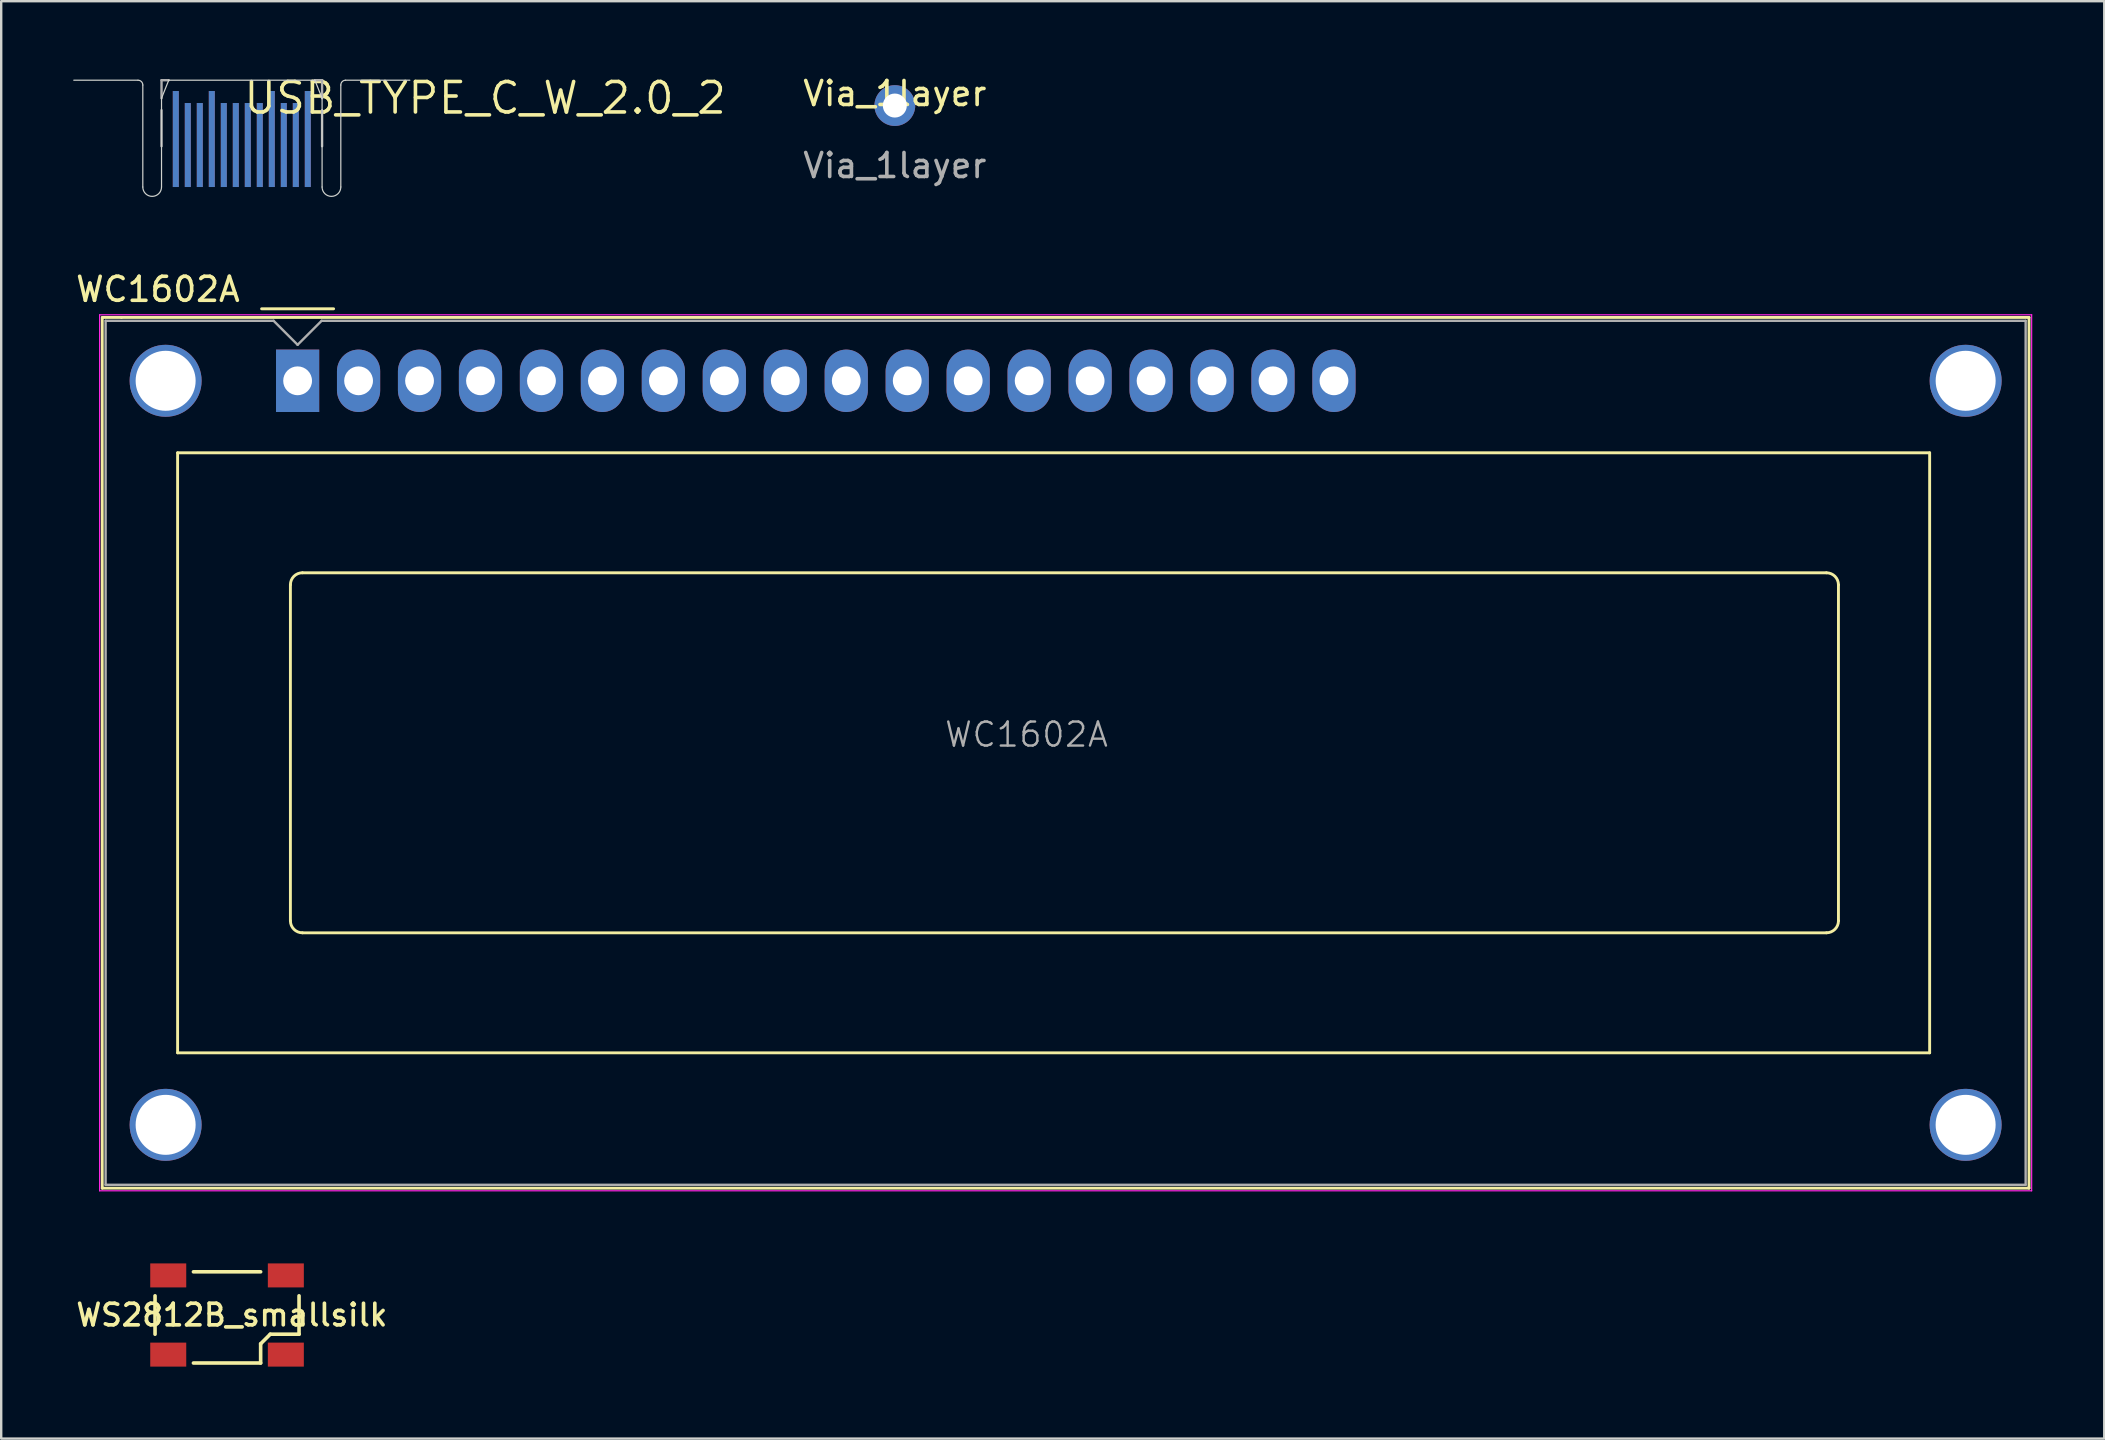
<source format=kicad_pcb>
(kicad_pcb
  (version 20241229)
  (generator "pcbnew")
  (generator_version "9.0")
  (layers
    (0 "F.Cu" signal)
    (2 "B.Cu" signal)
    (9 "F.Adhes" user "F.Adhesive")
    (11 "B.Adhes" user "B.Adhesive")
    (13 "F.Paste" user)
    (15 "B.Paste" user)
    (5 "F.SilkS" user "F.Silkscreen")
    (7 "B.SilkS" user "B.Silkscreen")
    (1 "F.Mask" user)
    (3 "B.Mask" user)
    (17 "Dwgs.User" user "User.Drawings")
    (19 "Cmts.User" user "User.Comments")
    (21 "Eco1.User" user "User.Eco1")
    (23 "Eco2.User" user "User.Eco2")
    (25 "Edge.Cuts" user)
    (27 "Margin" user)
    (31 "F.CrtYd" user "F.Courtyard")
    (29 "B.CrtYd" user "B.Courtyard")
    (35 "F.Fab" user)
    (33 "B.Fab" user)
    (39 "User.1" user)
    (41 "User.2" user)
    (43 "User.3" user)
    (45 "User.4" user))
  (footprint "Via_1layer"
    (layer "F.Cu")
    (at 34.234 1.348)
    (property "Reference" "Via_1layer" (at 0 -0.5 0) (unlocked yes) (layer "F.SilkS") (effects (font (size 1 1) (thickness 0.15))))
    (fp_text user "${REFERENCE}" (at 0 2.5 0) (unlocked yes) (layer "F.Fab") (effects (font (size 1 1) (thickness 0.15))))
    (pad "1" thru_hole circle (at 0 0) (size 1.7 1.7) (drill 1) (layers "*.Cu" "*.Mask")))
  (footprint "WC1602A"
    (layer "F.Cu")
    (at 9.35 12.816)
    (property "Reference" "WC1602A" (at -5.82 -3.81 0) (layer "F.SilkS") (effects (font (size 1 1) (thickness 0.15))))
    (attr through_hole)
    (fp_line (start -8.14 -2.64) (end -8.14 33.64) (stroke (width 0.12) (type solid)) (layer "F.SilkS"))
    (fp_line (start -8.14 33.64) (end 72.14 33.64) (stroke (width 0.12) (type solid)) (layer "F.SilkS"))
    (fp_line (start -8.13 -2.64) (end -7.34 -2.64) (stroke (width 0.12) (type solid)) (layer "F.SilkS"))
    (fp_line (start -5 3) (end 68 3) (stroke (width 0.12) (type solid)) (layer "F.SilkS"))
    (fp_line (start -5 28) (end -5 3) (stroke (width 0.12) (type solid)) (layer "F.SilkS"))
    (fp_line (start -1.5 -3) (end 1.5 -3) (stroke (width 0.12) (type solid)) (layer "F.SilkS"))
    (fp_line (start -0.3 22.499) (end -0.3 8.5) (stroke (width 0.12) (type solid)) (layer "F.SilkS"))
    (fp_line (start 0.2 8) (end 63.7 8) (stroke (width 0.12) (type solid)) (layer "F.SilkS"))
    (fp_line (start 63.701 23) (end 0.2 23) (stroke (width 0.12) (type solid)) (layer "F.SilkS"))
    (fp_line (start 64.2 8.5) (end 64.2 22.5) (stroke (width 0.12) (type solid)) (layer "F.SilkS"))
    (fp_line (start 68 3) (end 68 28) (stroke (width 0.12) (type solid)) (layer "F.SilkS"))
    (fp_line (start 68 28) (end -5 28) (stroke (width 0.12) (type solid)) (layer "F.SilkS"))
    (fp_line (start 72.14 -2.64) (end -7.34 -2.64) (stroke (width 0.12) (type solid)) (layer "F.SilkS"))
    (fp_line (start 72.14 33.64) (end 72.14 -2.64) (stroke (width 0.12) (type solid)) (layer "F.SilkS"))
    (fp_arc (start -0.29972 8.49884) (mid -0.153162 8.145018) (end 0.20066 7.99846) (stroke (width 0.12) (type solid)) (layer "F.SilkS"))
    (fp_arc (start 0.20066 22.9997) (mid -0.153162 22.853142) (end -0.29972 22.49932) (stroke (width 0.12) (type solid)) (layer "F.SilkS"))
    (fp_arc (start 63.7 8) (mid 64.053553 8.146447) (end 64.2 8.5) (stroke (width 0.12) (type solid)) (layer "F.SilkS"))
    (fp_arc (start 64.20104 22.49932) (mid 64.054482 22.853142) (end 63.70066 22.9997) (stroke (width 0.12) (type solid)) (layer "F.SilkS"))
    (fp_line (start -8.25 -2.75) (end -8.25 33.75) (stroke (width 0.05) (type solid)) (layer "F.CrtYd"))
    (fp_line (start -8.25 -2.75) (end 72.25 -2.75) (stroke (width 0.05) (type solid)) (layer "F.CrtYd"))
    (fp_line (start -8.25 33.75) (end 72.25 33.75) (stroke (width 0.05) (type solid)) (layer "F.CrtYd"))
    (fp_line (start 72.25 -2.75) (end 72.25 33.75) (stroke (width 0.05) (type solid)) (layer "F.CrtYd"))
    (fp_line (start -8 33.5) (end -8 -2.5) (stroke (width 0.1) (type solid)) (layer "F.Fab"))
    (fp_line (start -1 -2.5) (end -8 -2.5) (stroke (width 0.1) (type solid)) (layer "F.Fab"))
    (fp_line (start 0 -1.5) (end -1 -2.5) (stroke (width 0.1) (type solid)) (layer "F.Fab"))
    (fp_line (start 1 -2.5) (end 0 -1.5) (stroke (width 0.1) (type solid)) (layer "F.Fab"))
    (fp_line (start 1 -2.5) (end 72 -2.5) (stroke (width 0.1) (type solid)) (layer "F.Fab"))
    (fp_line (start 72 -2.5) (end 72 33.5) (stroke (width 0.1) (type solid)) (layer "F.Fab"))
    (fp_line (start 72 33.5) (end -8 33.5) (stroke (width 0.1) (type solid)) (layer "F.Fab"))
    (fp_text user "${REFERENCE}" (at 30.37 14.74 0) (layer "F.Fab") (effects (font (size 1 1) (thickness 0.1))))
    (pad "" thru_hole circle (at -5.499 0) (size 3 3) (drill 2.5) (layers "*.Cu" "*.Mask"))
    (pad "" thru_hole circle (at -5.499 31.001) (size 3 3) (drill 2.5) (layers "*.Cu" "*.Mask"))
    (pad "" thru_hole circle (at 69.499 31.001) (size 3 3) (drill 2.5) (layers "*.Cu" "*.Mask"))
    (pad "" thru_hole circle (at 69.5 0) (size 3 3) (drill 2.5) (layers "*.Cu" "*.Mask"))
    (pad "1" thru_hole rect (at 0 0) (size 1.8 2.6) (drill 1.2) (layers "*.Cu" "*.Mask"))
    (pad "2" thru_hole oval (at 2.54 0) (size 1.8 2.6) (drill 1.2) (layers "*.Cu" "*.Mask"))
    (pad "3" thru_hole oval (at 5.08 0) (size 1.8 2.6) (drill 1.2) (layers "*.Cu" "*.Mask"))
    (pad "4" thru_hole oval (at 7.62 0) (size 1.8 2.6) (drill 1.2) (layers "*.Cu" "*.Mask"))
    (pad "5" thru_hole oval (at 10.16 0) (size 1.8 2.6) (drill 1.2) (layers "*.Cu" "*.Mask"))
    (pad "6" thru_hole oval (at 12.7 0) (size 1.8 2.6) (drill 1.2) (layers "*.Cu" "*.Mask"))
    (pad "7" thru_hole oval (at 15.24 0) (size 1.8 2.6) (drill 1.2) (layers "*.Cu" "*.Mask"))
    (pad "8" thru_hole oval (at 17.78 0) (size 1.8 2.6) (drill 1.2) (layers "*.Cu" "*.Mask"))
    (pad "9" thru_hole oval (at 20.32 0) (size 1.8 2.6) (drill 1.2) (layers "*.Cu" "*.Mask"))
    (pad "10" thru_hole oval (at 22.86 0) (size 1.8 2.6) (drill 1.2) (layers "*.Cu" "*.Mask"))
    (pad "11" thru_hole oval (at 25.4 0) (size 1.8 2.6) (drill 1.2) (layers "*.Cu" "*.Mask"))
    (pad "12" thru_hole oval (at 27.94 0) (size 1.8 2.6) (drill 1.2) (layers "*.Cu" "*.Mask"))
    (pad "13" thru_hole oval (at 30.48 0) (size 1.8 2.6) (drill 1.2) (layers "*.Cu" "*.Mask"))
    (pad "14" thru_hole oval (at 33.02 0) (size 1.8 2.6) (drill 1.2) (layers "*.Cu" "*.Mask"))
    (pad "15" thru_hole oval (at 35.56 0) (size 1.8 2.6) (drill 1.2) (layers "*.Cu" "*.Mask"))
    (pad "16" thru_hole oval (at 38.1 0) (size 1.8 2.6) (drill 1.2) (layers "*.Cu" "*.Mask"))
    (pad "17" thru_hole oval (at 40.64 0) (size 1.8 2.6) (drill 1.2) (layers "*.Cu" "*.Mask"))
    (pad "18" thru_hole oval (at 43.18 0) (size 1.8 2.6) (drill 1.2) (layers "*.Cu" "*.Mask")))
  (footprint "USB_TYPE_C_W_2.0_2"
    (layer "F.Cu")
    (at 7.025 0.292)
    (property "Reference" "USB_TYPE_C_W_2.0_2" (at 0 0 180) (layer "F.SilkS") (effects (font (size 1.27 1.27) (thickness 0.15)) (justify left top)))
    (attr through_hole)
    (fp_line (start -7 0) (end -4.325 0) (stroke (width 0.05) (type solid)) (layer "Edge.Cuts"))
    (fp_line (start -4.125 0.2) (end -4.125 4.45) (stroke (width 0.05) (type solid)) (layer "Edge.Cuts"))
    (fp_line (start -3.345 0.75) (end -3.345 2.75) (stroke (width 0.05) (type solid)) (layer "Edge.Cuts"))
    (fp_line (start -3.345 2.75) (end -3.345 4.45) (stroke (width 0.05) (type solid)) (layer "Edge.Cuts"))
    (fp_line (start -3.045 0) (end -3.345 0.75) (stroke (width 0.05) (type solid)) (layer "Edge.Cuts"))
    (fp_line (start -3.045 0) (end 3.045 0) (stroke (width 0.05) (type solid)) (layer "Edge.Cuts"))
    (fp_line (start 3.045 0) (end 3.345 0.75) (stroke (width 0.05) (type solid)) (layer "Edge.Cuts"))
    (fp_line (start 3.345 0.75) (end 3.345 2.75) (stroke (width 0.05) (type solid)) (layer "Edge.Cuts"))
    (fp_line (start 3.345 2.75) (end 3.345 4.45) (stroke (width 0.05) (type solid)) (layer "Edge.Cuts"))
    (fp_line (start 4.125 0.2) (end 4.125 4.45) (stroke (width 0.05) (type solid)) (layer "Edge.Cuts"))
    (fp_line (start 7 0) (end 4.325 0) (stroke (width 0.05) (type solid)) (layer "Edge.Cuts"))
    (fp_arc (start -4.325 0) (mid -4.183579 0.058579) (end -4.125 0.2) (stroke (width 0.05) (type solid)) (layer "Edge.Cuts"))
    (fp_arc (start -3.345 4.45) (mid -3.735 4.84) (end -4.125 4.45) (stroke (width 0.05) (type solid)) (layer "Edge.Cuts"))
    (fp_arc (start 4.125 0.2) (mid 4.183579 0.058579) (end 4.325 0) (stroke (width 0.05) (type solid)) (layer "Edge.Cuts"))
    (fp_arc (start 4.125 4.45) (mid 3.735 4.84) (end 3.345 4.45) (stroke (width 0.05) (type solid)) (layer "Edge.Cuts"))
    (fp_line (start -3.345 0) (end -3.345 0.75) (stroke (width 0.1) (type solid)) (layer "F.Fab"))
    (fp_line (start -3.345 0) (end -3.045 0) (stroke (width 0.1) (type solid)) (layer "F.Fab"))
    (fp_line (start -3.345 1.25) (end -3.345 2.75) (stroke (width 0.1) (type solid)) (layer "F.Fab"))
    (fp_line (start 3.045 0) (end 3.345 0) (stroke (width 0.1) (type solid)) (layer "F.Fab"))
    (fp_line (start 3.345 0) (end 3.345 0.75) (stroke (width 0.1) (type solid)) (layer "F.Fab"))
    (fp_line (start 3.345 1.25) (end 3.345 2.75) (stroke (width 0.1) (type solid)) (layer "F.Fab"))
    (pad "A1" smd rect (at 2.75 2.45 90) (size 4 0.25) (layers "F.Cu" "F.Mask" "F.Paste"))
    (pad "A2" smd rect (at 2.25 2.7 90) (size 3.5 0.25) (layers "F.Cu" "F.Mask" "F.Paste"))
    (pad "A3" smd rect (at 1.75 2.7 90) (size 3.5 0.25) (layers "F.Cu" "F.Mask" "F.Paste"))
    (pad "A4" smd rect (at 1.25 2.45 90) (size 4 0.25) (layers "F.Cu" "F.Mask" "F.Paste"))
    (pad "A5" smd rect (at 0.75 2.7 90) (size 3.5 0.25) (layers "F.Cu" "F.Mask" "F.Paste"))
    (pad "A6" smd rect (at 0.25 2.7 90) (size 3.5 0.25) (layers "F.Cu" "F.Mask" "F.Paste"))
    (pad "A7" smd rect (at -0.25 2.7 90) (size 3.5 0.25) (layers "F.Cu" "F.Mask" "F.Paste"))
    (pad "A8" smd rect (at -0.75 2.7 90) (size 3.5 0.25) (layers "F.Cu" "F.Mask" "F.Paste"))
    (pad "A9" smd rect (at -1.25 2.45 90) (size 4 0.25) (layers "F.Cu" "F.Mask" "F.Paste"))
    (pad "A10" smd rect (at -1.75 2.7 90) (size 3.5 0.25) (layers "F.Cu" "F.Mask" "F.Paste"))
    (pad "A11" smd rect (at -2.25 2.7 90) (size 3.5 0.25) (layers "F.Cu" "F.Mask" "F.Paste"))
    (pad "A12" smd rect (at -2.75 2.45 90) (size 4 0.25) (layers "F.Cu" "F.Mask" "F.Paste"))
    (pad "B1" smd rect (at -2.75 2.45 90) (size 4 0.25) (layers "B.Cu" "B.Mask" "B.Paste"))
    (pad "B2" smd rect (at -2.25 2.7 90) (size 3.5 0.25) (layers "B.Cu" "B.Mask" "B.Paste"))
    (pad "B3" smd rect (at -1.75 2.7 90) (size 3.5 0.25) (layers "B.Cu" "B.Mask" "B.Paste"))
    (pad "B4" smd rect (at -1.25 2.45 90) (size 4 0.25) (layers "B.Cu" "B.Mask" "B.Paste"))
    (pad "B5" smd rect (at -0.75 2.7 90) (size 3.5 0.25) (layers "B.Cu" "B.Mask" "B.Paste"))
    (pad "B6" smd rect (at -0.25 2.7 90) (size 3.5 0.25) (layers "B.Cu" "B.Mask" "B.Paste"))
    (pad "B7" smd rect (at 0.25 2.7 90) (size 3.5 0.25) (layers "B.Cu" "B.Mask" "B.Paste"))
    (pad "B8" smd rect (at 0.75 2.7 90) (size 3.5 0.25) (layers "B.Cu" "B.Mask" "B.Paste"))
    (pad "B9" smd rect (at 1.25 2.45 90) (size 4 0.25) (layers "B.Cu" "B.Mask" "B.Paste"))
    (pad "B10" smd rect (at 1.75 2.7 90) (size 3.5 0.25) (layers "B.Cu" "B.Mask" "B.Paste"))
    (pad "B11" smd rect (at 2.25 2.7 90) (size 3.5 0.25) (layers "B.Cu" "B.Mask" "B.Paste"))
    (pad "B12" smd rect (at 2.75 2.45 90) (size 4 0.25) (layers "B.Cu" "B.Mask" "B.Paste")))
  (footprint "WS2812B_smallsilk"
    (layer "F.Cu")
    (at 6.41 51.741)
    (property "Reference" "WS2812B_smallsilk" (at 0.2 0 0) (layer "F.SilkS") (effects (font (size 0.9 0.9) (thickness 0.152))))
    (attr through_hole)
    (fp_line (start -3 0.8) (end -3 -0.8) (stroke (width 0.15) (type solid)) (layer "F.SilkS"))
    (fp_line (start -1.4 -1.8) (end 1.4 -1.8) (stroke (width 0.15) (type solid)) (layer "F.SilkS"))
    (fp_line (start 1.4 1.2) (end 1.8 0.8) (stroke (width 0.15) (type solid)) (layer "F.SilkS"))
    (fp_line (start 1.4 2) (end -1.4 2) (stroke (width 0.15) (type solid)) (layer "F.SilkS"))
    (fp_line (start 1.4 2) (end 1.4 1.2) (stroke (width 0.15) (type solid)) (layer "F.SilkS"))
    (fp_line (start 1.8 0.8) (end 3 0.8) (stroke (width 0.15) (type solid)) (layer "F.SilkS"))
    (fp_line (start 3 -0.8) (end 3 0.8) (stroke (width 0.15) (type solid)) (layer "F.SilkS"))
    (pad "1" smd rect (at -2.45 -1.65) (size 1.5 1) (layers "F.Cu" "F.Mask" "F.Paste"))
    (pad "2" smd rect (at -2.45 1.65) (size 1.5 1) (layers "F.Cu" "F.Mask" "F.Paste"))
    (pad "3" smd rect (at 2.45 1.65) (size 1.5 1) (layers "F.Cu" "F.Mask" "F.Paste"))
    (pad "4" smd rect (at 2.45 -1.65) (size 1.5 1) (layers "F.Cu" "F.Mask" "F.Paste")))
  (gr_rect
    (start -3 -3)
    (end 84.625 56.891)
    (stroke (width 0.1) (type default))
    (fill no)
    (layer "Edge.Cuts")))
</source>
